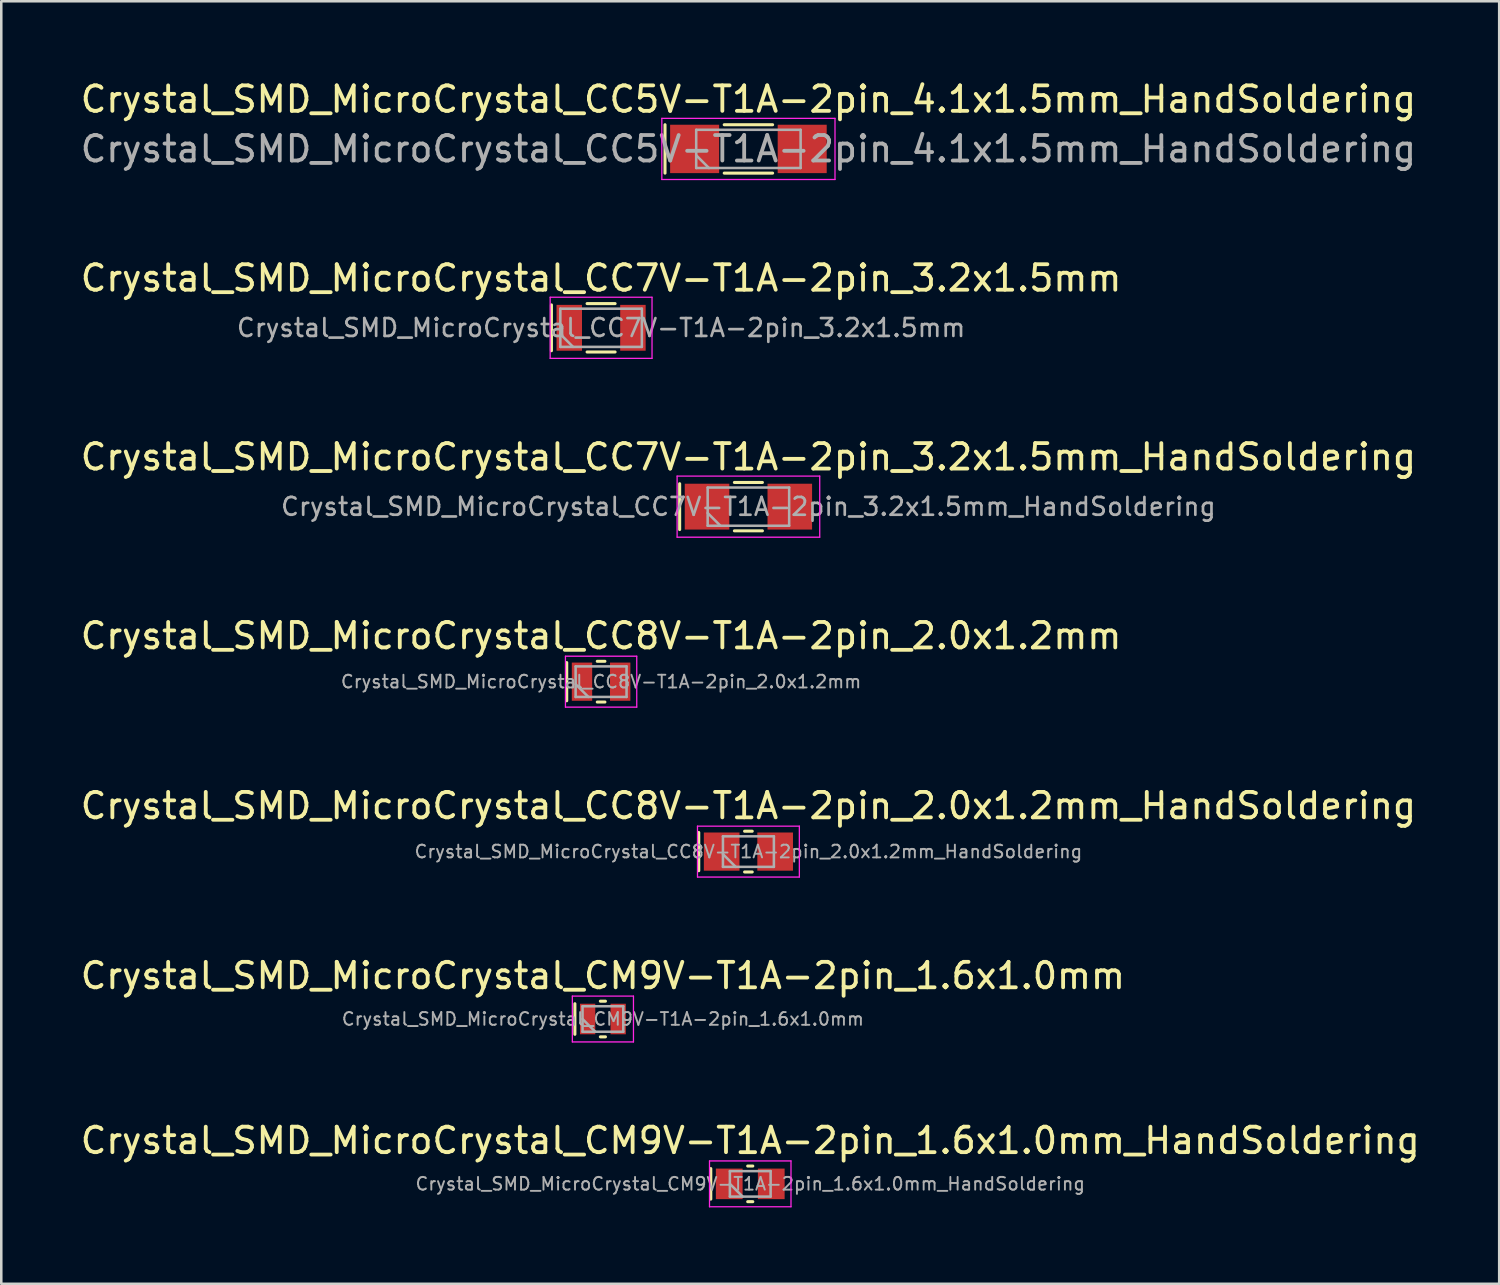
<source format=kicad_pcb>
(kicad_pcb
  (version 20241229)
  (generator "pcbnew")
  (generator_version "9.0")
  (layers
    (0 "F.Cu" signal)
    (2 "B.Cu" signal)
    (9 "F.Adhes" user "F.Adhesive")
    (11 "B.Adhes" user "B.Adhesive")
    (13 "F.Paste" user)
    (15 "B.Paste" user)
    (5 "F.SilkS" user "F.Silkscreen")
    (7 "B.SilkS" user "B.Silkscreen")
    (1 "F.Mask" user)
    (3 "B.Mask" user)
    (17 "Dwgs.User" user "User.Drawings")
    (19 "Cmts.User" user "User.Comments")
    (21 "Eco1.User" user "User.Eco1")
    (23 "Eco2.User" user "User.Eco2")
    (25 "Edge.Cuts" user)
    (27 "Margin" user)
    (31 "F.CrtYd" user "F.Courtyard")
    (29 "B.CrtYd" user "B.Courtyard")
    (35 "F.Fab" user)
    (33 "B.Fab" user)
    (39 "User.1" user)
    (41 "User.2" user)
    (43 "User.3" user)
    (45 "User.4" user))
  (footprint "Crystal_SMD_MicroCrystal_CM9V-T1A-2pin_1.6x1.0mm"
    (layer "F.Cu")
    (at 20.625 36.965)
    (property "Reference" "Crystal_SMD_MicroCrystal_CM9V-T1A-2pin_1.6x1.0mm" (at 0 -1.7 0) (layer "F.SilkS") (effects (font (size 1 1) (thickness 0.15))))
    (attr smd)
    (fp_line (start -1.1 -0.6) (end -1.1 0.6) (stroke (width 0.12) (type solid)) (layer "F.SilkS"))
    (fp_line (start -0.1 -0.7) (end 0.1 -0.7) (stroke (width 0.12) (type solid)) (layer "F.SilkS"))
    (fp_line (start -0.1 0.7) (end 0.1 0.7) (stroke (width 0.12) (type solid)) (layer "F.SilkS"))
    (fp_line (start -1.2 -0.9) (end -1.2 0.9) (stroke (width 0.05) (type solid)) (layer "F.CrtYd"))
    (fp_line (start -1.2 0.9) (end 1.2 0.9) (stroke (width 0.05) (type solid)) (layer "F.CrtYd"))
    (fp_line (start 1.2 -0.9) (end -1.2 -0.9) (stroke (width 0.05) (type solid)) (layer "F.CrtYd"))
    (fp_line (start 1.2 0.9) (end 1.2 -0.9) (stroke (width 0.05) (type solid)) (layer "F.CrtYd"))
    (fp_line (start -0.8 -0.5) (end -0.8 0.5) (stroke (width 0.1) (type solid)) (layer "F.Fab"))
    (fp_line (start -0.8 0) (end -0.3 0.5) (stroke (width 0.1) (type solid)) (layer "F.Fab"))
    (fp_line (start -0.8 0.5) (end 0.8 0.5) (stroke (width 0.1) (type solid)) (layer "F.Fab"))
    (fp_line (start 0.8 -0.5) (end -0.8 -0.5) (stroke (width 0.1) (type solid)) (layer "F.Fab"))
    (fp_line (start 0.8 0.5) (end 0.8 -0.5) (stroke (width 0.1) (type solid)) (layer "F.Fab"))
    (fp_text user "${REFERENCE}" (at 0 0 0) (layer "F.Fab") (effects (font (size 0.5 0.5) (thickness 0.075))))
    (pad "1" smd rect (at -0.6 0) (size 0.6 1.2) (layers "F.Cu" "F.Mask" "F.Paste"))
    (pad "2" smd rect (at 0.6 0) (size 0.6 1.2) (layers "F.Cu" "F.Mask" "F.Paste")))
  (footprint "Crystal_SMD_MicroCrystal_CC7V-T1A-2pin_3.2x1.5mm"
    (layer "F.Cu")
    (at 20.554 9.822)
    (property "Reference" "Crystal_SMD_MicroCrystal_CC7V-T1A-2pin_3.2x1.5mm" (at 0 -1.95 0) (layer "F.SilkS") (effects (font (size 1 1) (thickness 0.15))))
    (attr smd)
    (fp_line (start -1.95 -0.9) (end -1.95 0.9) (stroke (width 0.12) (type solid)) (layer "F.SilkS"))
    (fp_line (start -0.55 -0.95) (end 0.55 -0.95) (stroke (width 0.12) (type solid)) (layer "F.SilkS"))
    (fp_line (start -0.55 0.95) (end 0.55 0.95) (stroke (width 0.12) (type solid)) (layer "F.SilkS"))
    (fp_line (start -2 -1.2) (end -2 1.2) (stroke (width 0.05) (type solid)) (layer "F.CrtYd"))
    (fp_line (start -2 1.2) (end 2 1.2) (stroke (width 0.05) (type solid)) (layer "F.CrtYd"))
    (fp_line (start 2 -1.2) (end -2 -1.2) (stroke (width 0.05) (type solid)) (layer "F.CrtYd"))
    (fp_line (start 2 1.2) (end 2 -1.2) (stroke (width 0.05) (type solid)) (layer "F.CrtYd"))
    (fp_line (start -1.6 -0.75) (end -1.6 0.75) (stroke (width 0.1) (type solid)) (layer "F.Fab"))
    (fp_line (start -1.6 0.25) (end -1.1 0.75) (stroke (width 0.1) (type solid)) (layer "F.Fab"))
    (fp_line (start -1.6 0.75) (end 1.6 0.75) (stroke (width 0.1) (type solid)) (layer "F.Fab"))
    (fp_line (start 1.6 -0.75) (end -1.6 -0.75) (stroke (width 0.1) (type solid)) (layer "F.Fab"))
    (fp_line (start 1.6 0.75) (end 1.6 -0.75) (stroke (width 0.1) (type solid)) (layer "F.Fab"))
    (fp_text user "${REFERENCE}" (at 0 0 0) (layer "F.Fab") (effects (font (size 0.7 0.7) (thickness 0.105))))
    (pad "1" smd rect (at -1.25 0) (size 1 1.8) (layers "F.Cu" "F.Mask" "F.Paste"))
    (pad "2" smd rect (at 1.25 0) (size 1 1.8) (layers "F.Cu" "F.Mask" "F.Paste")))
  (footprint "Crystal_SMD_MicroCrystal_CC5V-T1A-2pin_4.1x1.5mm_HandSoldering"
    (layer "F.Cu")
    (at 26.339 2.798)
    (property "Reference" "Crystal_SMD_MicroCrystal_CC5V-T1A-2pin_4.1x1.5mm_HandSoldering" (at 0 -1.95 0) (layer "F.SilkS") (effects (font (size 1 1) (thickness 0.15))))
    (attr smd)
    (fp_line (start -3.275 -0.95) (end -3.275 0.95) (stroke (width 0.12) (type solid)) (layer "F.SilkS"))
    (fp_line (start -0.95 -0.95) (end 0.95 -0.95) (stroke (width 0.12) (type solid)) (layer "F.SilkS"))
    (fp_line (start -0.95 0.95) (end 0.95 0.95) (stroke (width 0.12) (type solid)) (layer "F.SilkS"))
    (fp_line (start -3.4 -1.2) (end -3.4 1.2) (stroke (width 0.05) (type solid)) (layer "F.CrtYd"))
    (fp_line (start -3.4 1.2) (end 3.4 1.2) (stroke (width 0.05) (type solid)) (layer "F.CrtYd"))
    (fp_line (start 3.4 -1.2) (end -3.4 -1.2) (stroke (width 0.05) (type solid)) (layer "F.CrtYd"))
    (fp_line (start 3.4 1.2) (end 3.4 -1.2) (stroke (width 0.05) (type solid)) (layer "F.CrtYd"))
    (fp_line (start -2.05 -0.75) (end -2.05 0.75) (stroke (width 0.1) (type solid)) (layer "F.Fab"))
    (fp_line (start -2.05 0.25) (end -1.55 0.75) (stroke (width 0.1) (type solid)) (layer "F.Fab"))
    (fp_line (start -2.05 0.75) (end 2.05 0.75) (stroke (width 0.1) (type solid)) (layer "F.Fab"))
    (fp_line (start 2.05 -0.75) (end -2.05 -0.75) (stroke (width 0.1) (type solid)) (layer "F.Fab"))
    (fp_line (start 2.05 0.75) (end 2.05 -0.75) (stroke (width 0.1) (type solid)) (layer "F.Fab"))
    (fp_text user "${REFERENCE}" (at 0 0 0) (layer "F.Fab") (effects (font (size 1 1) (thickness 0.15))))
    (pad "1" smd rect (at -2.112 0) (size 1.925 1.9) (layers "F.Cu" "F.Mask" "F.Paste"))
    (pad "2" smd rect (at 2.112 0) (size 1.925 1.9) (layers "F.Cu" "F.Mask" "F.Paste")))
  (footprint "Crystal_SMD_MicroCrystal_CM9V-T1A-2pin_1.6x1.0mm_HandSoldering"
    (layer "F.Cu")
    (at 26.411 43.438)
    (property "Reference" "Crystal_SMD_MicroCrystal_CM9V-T1A-2pin_1.6x1.0mm_HandSoldering" (at 0 -1.7 0) (layer "F.SilkS") (effects (font (size 1 1) (thickness 0.15))))
    (attr smd)
    (fp_line (start -1.55 -0.6) (end -1.55 0.6) (stroke (width 0.12) (type solid)) (layer "F.SilkS"))
    (fp_line (start -0.1 -0.7) (end 0.1 -0.7) (stroke (width 0.12) (type solid)) (layer "F.SilkS"))
    (fp_line (start -0.1 0.7) (end 0.1 0.7) (stroke (width 0.12) (type solid)) (layer "F.SilkS"))
    (fp_line (start -1.6 -0.9) (end -1.6 0.9) (stroke (width 0.05) (type solid)) (layer "F.CrtYd"))
    (fp_line (start -1.6 0.9) (end 1.6 0.9) (stroke (width 0.05) (type solid)) (layer "F.CrtYd"))
    (fp_line (start 1.6 -0.9) (end -1.6 -0.9) (stroke (width 0.05) (type solid)) (layer "F.CrtYd"))
    (fp_line (start 1.6 0.9) (end 1.6 -0.9) (stroke (width 0.05) (type solid)) (layer "F.CrtYd"))
    (fp_line (start -0.8 -0.5) (end -0.8 0.5) (stroke (width 0.1) (type solid)) (layer "F.Fab"))
    (fp_line (start -0.8 0) (end -0.3 0.5) (stroke (width 0.1) (type solid)) (layer "F.Fab"))
    (fp_line (start -0.8 0.5) (end 0.8 0.5) (stroke (width 0.1) (type solid)) (layer "F.Fab"))
    (fp_line (start 0.8 -0.5) (end -0.8 -0.5) (stroke (width 0.1) (type solid)) (layer "F.Fab"))
    (fp_line (start 0.8 0.5) (end 0.8 -0.5) (stroke (width 0.1) (type solid)) (layer "F.Fab"))
    (fp_text user "${REFERENCE}" (at 0 0 0) (layer "F.Fab") (effects (font (size 0.5 0.5) (thickness 0.075))))
    (pad "1" smd rect (at -0.825 0) (size 1.05 1.2) (layers "F.Cu" "F.Mask" "F.Paste"))
    (pad "2" smd rect (at 0.825 0) (size 1.05 1.2) (layers "F.Cu" "F.Mask" "F.Paste")))
  (footprint "Crystal_SMD_MicroCrystal_CC8V-T1A-2pin_2.0x1.2mm"
    (layer "F.Cu")
    (at 20.554 23.718)
    (property "Reference" "Crystal_SMD_MicroCrystal_CC8V-T1A-2pin_2.0x1.2mm" (at 0 -1.8 0) (layer "F.SilkS") (effects (font (size 1 1) (thickness 0.15))))
    (attr smd)
    (fp_line (start -1.35 -0.75) (end -1.35 0.75) (stroke (width 0.12) (type solid)) (layer "F.SilkS"))
    (fp_line (start -0.15 -0.8) (end 0.15 -0.8) (stroke (width 0.12) (type solid)) (layer "F.SilkS"))
    (fp_line (start -0.15 0.8) (end 0.15 0.8) (stroke (width 0.12) (type solid)) (layer "F.SilkS"))
    (fp_line (start -1.4 -1) (end -1.4 1) (stroke (width 0.05) (type solid)) (layer "F.CrtYd"))
    (fp_line (start -1.4 1) (end 1.4 1) (stroke (width 0.05) (type solid)) (layer "F.CrtYd"))
    (fp_line (start 1.4 -1) (end -1.4 -1) (stroke (width 0.05) (type solid)) (layer "F.CrtYd"))
    (fp_line (start 1.4 1) (end 1.4 -1) (stroke (width 0.05) (type solid)) (layer "F.CrtYd"))
    (fp_line (start -1 -0.6) (end -1 0.6) (stroke (width 0.1) (type solid)) (layer "F.Fab"))
    (fp_line (start -1 0.1) (end -0.5 0.6) (stroke (width 0.1) (type solid)) (layer "F.Fab"))
    (fp_line (start -1 0.6) (end 1 0.6) (stroke (width 0.1) (type solid)) (layer "F.Fab"))
    (fp_line (start 1 -0.6) (end -1 -0.6) (stroke (width 0.1) (type solid)) (layer "F.Fab"))
    (fp_line (start 1 0.6) (end 1 -0.6) (stroke (width 0.1) (type solid)) (layer "F.Fab"))
    (fp_text user "${REFERENCE}" (at 0 0 0) (layer "F.Fab") (effects (font (size 0.5 0.5) (thickness 0.075))))
    (pad "1" smd rect (at -0.75 0) (size 0.8 1.5) (layers "F.Cu" "F.Mask" "F.Paste"))
    (pad "2" smd rect (at 0.75 0) (size 0.8 1.5) (layers "F.Cu" "F.Mask" "F.Paste")))
  (footprint "Crystal_SMD_MicroCrystal_CC7V-T1A-2pin_3.2x1.5mm_HandSoldering"
    (layer "F.Cu")
    (at 26.339 16.845)
    (property "Reference" "Crystal_SMD_MicroCrystal_CC7V-T1A-2pin_3.2x1.5mm_HandSoldering" (at 0 -1.95 0) (layer "F.SilkS") (effects (font (size 1 1) (thickness 0.15))))
    (attr smd)
    (fp_line (start -2.7 -0.9) (end -2.7 0.9) (stroke (width 0.12) (type solid)) (layer "F.SilkS"))
    (fp_line (start -0.55 -0.95) (end 0.55 -0.95) (stroke (width 0.12) (type solid)) (layer "F.SilkS"))
    (fp_line (start -0.55 0.95) (end 0.55 0.95) (stroke (width 0.12) (type solid)) (layer "F.SilkS"))
    (fp_line (start -2.8 -1.2) (end -2.8 1.2) (stroke (width 0.05) (type solid)) (layer "F.CrtYd"))
    (fp_line (start -2.8 1.2) (end 2.8 1.2) (stroke (width 0.05) (type solid)) (layer "F.CrtYd"))
    (fp_line (start 2.8 -1.2) (end -2.8 -1.2) (stroke (width 0.05) (type solid)) (layer "F.CrtYd"))
    (fp_line (start 2.8 1.2) (end 2.8 -1.2) (stroke (width 0.05) (type solid)) (layer "F.CrtYd"))
    (fp_line (start -1.6 -0.75) (end -1.6 0.75) (stroke (width 0.1) (type solid)) (layer "F.Fab"))
    (fp_line (start -1.6 0.25) (end -1.1 0.75) (stroke (width 0.1) (type solid)) (layer "F.Fab"))
    (fp_line (start -1.6 0.75) (end 1.6 0.75) (stroke (width 0.1) (type solid)) (layer "F.Fab"))
    (fp_line (start 1.6 -0.75) (end -1.6 -0.75) (stroke (width 0.1) (type solid)) (layer "F.Fab"))
    (fp_line (start 1.6 0.75) (end 1.6 -0.75) (stroke (width 0.1) (type solid)) (layer "F.Fab"))
    (fp_text user "${REFERENCE}" (at 0 0 0) (layer "F.Fab") (effects (font (size 0.7 0.7) (thickness 0.105))))
    (pad "1" smd rect (at -1.625 0) (size 1.75 1.8) (layers "F.Cu" "F.Mask" "F.Paste"))
    (pad "2" smd rect (at 1.625 0) (size 1.75 1.8) (layers "F.Cu" "F.Mask" "F.Paste")))
  (footprint "Crystal_SMD_MicroCrystal_CC8V-T1A-2pin_2.0x1.2mm_HandSoldering"
    (layer "F.Cu")
    (at 26.339 30.391)
    (property "Reference" "Crystal_SMD_MicroCrystal_CC8V-T1A-2pin_2.0x1.2mm_HandSoldering" (at 0 -1.8 0) (layer "F.SilkS") (effects (font (size 1 1) (thickness 0.15))))
    (attr smd)
    (fp_line (start -1.95 -0.75) (end -1.95 0.75) (stroke (width 0.12) (type solid)) (layer "F.SilkS"))
    (fp_line (start -0.15 -0.8) (end 0.15 -0.8) (stroke (width 0.12) (type solid)) (layer "F.SilkS"))
    (fp_line (start -0.15 0.8) (end 0.15 0.8) (stroke (width 0.12) (type solid)) (layer "F.SilkS"))
    (fp_line (start -2 -1) (end -2 1) (stroke (width 0.05) (type solid)) (layer "F.CrtYd"))
    (fp_line (start -2 1) (end 2 1) (stroke (width 0.05) (type solid)) (layer "F.CrtYd"))
    (fp_line (start 2 -1) (end -2 -1) (stroke (width 0.05) (type solid)) (layer "F.CrtYd"))
    (fp_line (start 2 1) (end 2 -1) (stroke (width 0.05) (type solid)) (layer "F.CrtYd"))
    (fp_line (start -1 -0.6) (end -1 0.6) (stroke (width 0.1) (type solid)) (layer "F.Fab"))
    (fp_line (start -1 0.1) (end -0.5 0.6) (stroke (width 0.1) (type solid)) (layer "F.Fab"))
    (fp_line (start -1 0.6) (end 1 0.6) (stroke (width 0.1) (type solid)) (layer "F.Fab"))
    (fp_line (start 1 -0.6) (end -1 -0.6) (stroke (width 0.1) (type solid)) (layer "F.Fab"))
    (fp_line (start 1 0.6) (end 1 -0.6) (stroke (width 0.1) (type solid)) (layer "F.Fab"))
    (fp_text user "${REFERENCE}" (at 0 0 0) (layer "F.Fab") (effects (font (size 0.5 0.5) (thickness 0.075))))
    (pad "1" smd rect (at -1.05 0) (size 1.4 1.5) (layers "F.Cu" "F.Mask" "F.Paste"))
    (pad "2" smd rect (at 1.05 0) (size 1.4 1.5) (layers "F.Cu" "F.Mask" "F.Paste")))
  (gr_rect
    (start -3 -3)
    (end 55.821 47.363)
    (stroke (width 0.1) (type default))
    (fill no)
    (layer "Edge.Cuts")))
</source>
